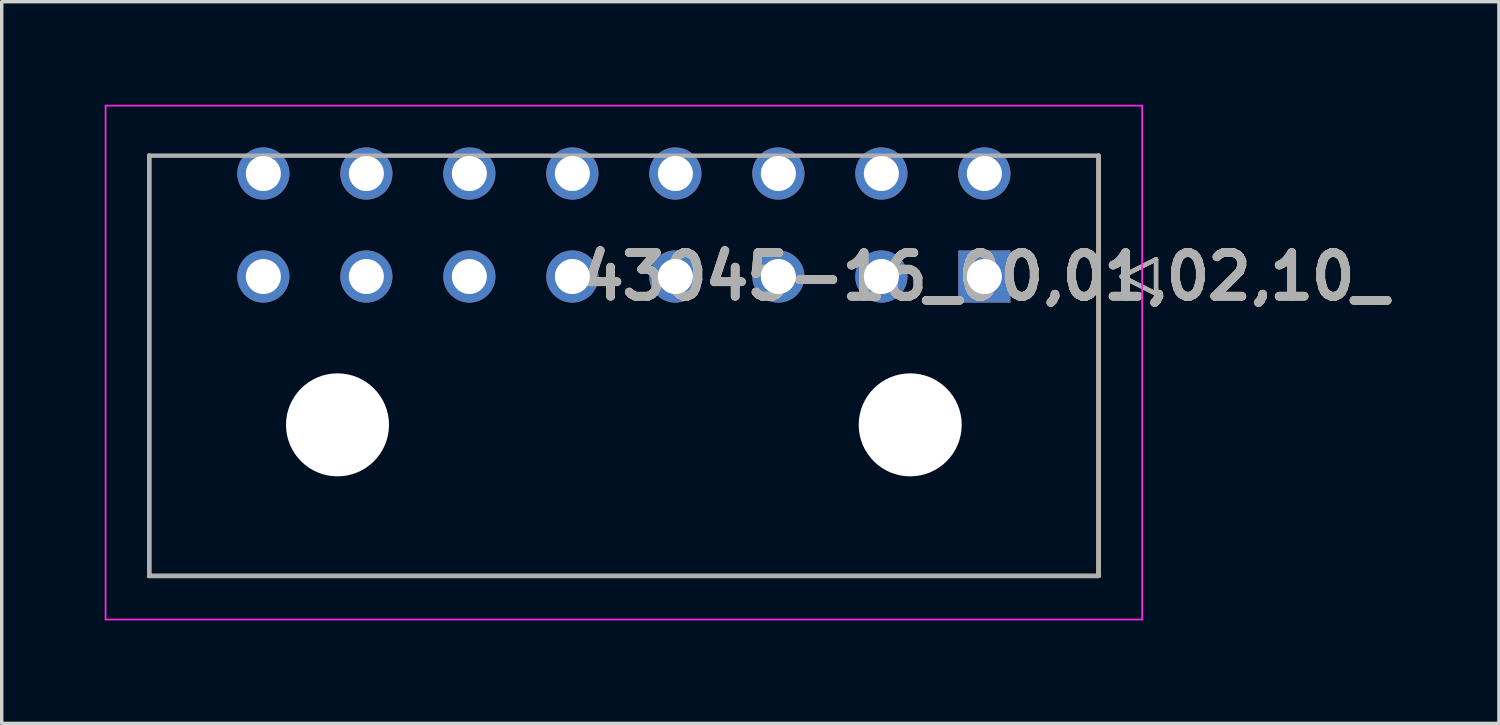
<source format=kicad_pcb>
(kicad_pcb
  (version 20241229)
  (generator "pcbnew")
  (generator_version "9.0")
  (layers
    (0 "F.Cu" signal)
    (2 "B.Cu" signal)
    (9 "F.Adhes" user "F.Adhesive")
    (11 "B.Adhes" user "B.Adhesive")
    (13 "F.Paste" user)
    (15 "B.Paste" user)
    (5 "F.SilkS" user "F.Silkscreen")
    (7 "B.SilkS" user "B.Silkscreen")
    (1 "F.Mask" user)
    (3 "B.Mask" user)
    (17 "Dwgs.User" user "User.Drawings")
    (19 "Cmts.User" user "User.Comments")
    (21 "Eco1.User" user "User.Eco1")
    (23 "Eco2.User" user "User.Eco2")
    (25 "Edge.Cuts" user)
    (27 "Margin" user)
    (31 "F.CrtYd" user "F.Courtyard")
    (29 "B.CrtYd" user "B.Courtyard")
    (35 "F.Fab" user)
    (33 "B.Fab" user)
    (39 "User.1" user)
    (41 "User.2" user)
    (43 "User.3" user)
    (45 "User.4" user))
  (footprint "43045-16_00,01,02,10_"
    (layer "F.Cu")
    (at 25.62 5.004)
    (property "Reference" "43045-16_00,01,02,10_" (at 0 0 0) (layer "F.SilkS") (effects (font (size 1.27 1.27) (thickness 0.254))))
    (attr through_hole)
    (fp_line (start -24.325 8.72) (end -24.325 -3.52) (stroke (width 0.127) (type solid)) (layer "F.SilkS"))
    (fp_line (start 3.325 -3.52) (end 3.325 8.72) (stroke (width 0.127) (type solid)) (layer "F.SilkS"))
    (fp_line (start 3.325 8.72) (end -24.325 8.72) (stroke (width 0.127) (type solid)) (layer "F.SilkS"))
    (fp_line (start 4 0) (end 5 -0.5) (stroke (width 0.127) (type solid)) (layer "F.SilkS"))
    (fp_line (start 5 -0.5) (end 5 0.5) (stroke (width 0.127) (type solid)) (layer "F.SilkS"))
    (fp_line (start 5 0.5) (end 4 0) (stroke (width 0.127) (type solid)) (layer "F.SilkS"))
    (fp_line (start -25.595 -4.979) (end 4.595 -4.979) (stroke (width 0.05) (type solid)) (layer "F.CrtYd"))
    (fp_line (start -25.595 9.99) (end -25.595 -4.979) (stroke (width 0.05) (type solid)) (layer "F.CrtYd"))
    (fp_line (start 4.595 -4.979) (end 4.595 9.99) (stroke (width 0.05) (type solid)) (layer "F.CrtYd"))
    (fp_line (start 4.595 9.99) (end -25.595 9.99) (stroke (width 0.05) (type solid)) (layer "F.CrtYd"))
    (fp_line (start -24.325 -3.52) (end 3.325 -3.52) (stroke (width 0.127) (type solid)) (layer "F.Fab"))
    (fp_line (start -24.325 8.72) (end -24.325 -3.52) (stroke (width 0.127) (type solid)) (layer "F.Fab"))
    (fp_line (start 3.325 -3.52) (end 3.325 8.72) (stroke (width 0.127) (type solid)) (layer "F.Fab"))
    (fp_line (start 3.325 8.72) (end -24.325 8.72) (stroke (width 0.127) (type solid)) (layer "F.Fab"))
    (fp_line (start 4 0) (end 5 -0.5) (stroke (width 0.127) (type solid)) (layer "F.Fab"))
    (fp_line (start 5 -0.5) (end 5 0.5) (stroke (width 0.127) (type solid)) (layer "F.Fab"))
    (fp_line (start 5 0.5) (end 4 0) (stroke (width 0.127) (type solid)) (layer "F.Fab"))
    (fp_text user "${REFERENCE}" (at 0 0 0) (layer "F.Fab") (effects (font (size 1.27 1.27) (thickness 0.254))))
    (pad "" np_thru_hole circle (at -18.84 4.32) (size 3 3) (drill 3) (layers "*.Cu" "*.Mask"))
    (pad "" np_thru_hole circle (at -2.16 4.32) (size 3 3) (drill 3) (layers "*.Cu" "*.Mask"))
    (pad "1" thru_hole rect (at 0 0) (size 1.52 1.52) (drill 1.02) (layers "*.Cu" "*.Mask"))
    (pad "2" thru_hole circle (at -3 0) (size 1.52 1.52) (drill 1.02) (layers "*.Cu" "*.Mask"))
    (pad "3" thru_hole circle (at -6 0) (size 1.52 1.52) (drill 1.02) (layers "*.Cu" "*.Mask"))
    (pad "4" thru_hole circle (at -9 0) (size 1.52 1.52) (drill 1.02) (layers "*.Cu" "*.Mask"))
    (pad "5" thru_hole circle (at -12 0) (size 1.52 1.52) (drill 1.02) (layers "*.Cu" "*.Mask"))
    (pad "6" thru_hole circle (at -15 0) (size 1.52 1.52) (drill 1.02) (layers "*.Cu" "*.Mask"))
    (pad "7" thru_hole circle (at -18 0) (size 1.52 1.52) (drill 1.02) (layers "*.Cu" "*.Mask"))
    (pad "8" thru_hole circle (at -21 0) (size 1.52 1.52) (drill 1.02) (layers "*.Cu" "*.Mask"))
    (pad "9" thru_hole circle (at 0 -3) (size 1.52 1.52) (drill 1.02) (layers "*.Cu" "*.Mask"))
    (pad "10" thru_hole circle (at -3 -3) (size 1.52 1.52) (drill 1.02) (layers "*.Cu" "*.Mask"))
    (pad "11" thru_hole circle (at -6 -3) (size 1.52 1.52) (drill 1.02) (layers "*.Cu" "*.Mask"))
    (pad "12" thru_hole circle (at -9 -3) (size 1.52 1.52) (drill 1.02) (layers "*.Cu" "*.Mask"))
    (pad "13" thru_hole circle (at -12 -3) (size 1.52 1.52) (drill 1.02) (layers "*.Cu" "*.Mask"))
    (pad "14" thru_hole circle (at -15 -3) (size 1.52 1.52) (drill 1.02) (layers "*.Cu" "*.Mask"))
    (pad "15" thru_hole circle (at -18 -3) (size 1.52 1.52) (drill 1.02) (layers "*.Cu" "*.Mask"))
    (pad "16" thru_hole circle (at -21 -3) (size 1.52 1.52) (drill 1.02) (layers "*.Cu" "*.Mask")))
  (gr_rect
    (start -3 -3)
    (end 40.606 18.019)
    (stroke (width 0.1) (type default))
    (fill no)
    (layer "Edge.Cuts")))
</source>
